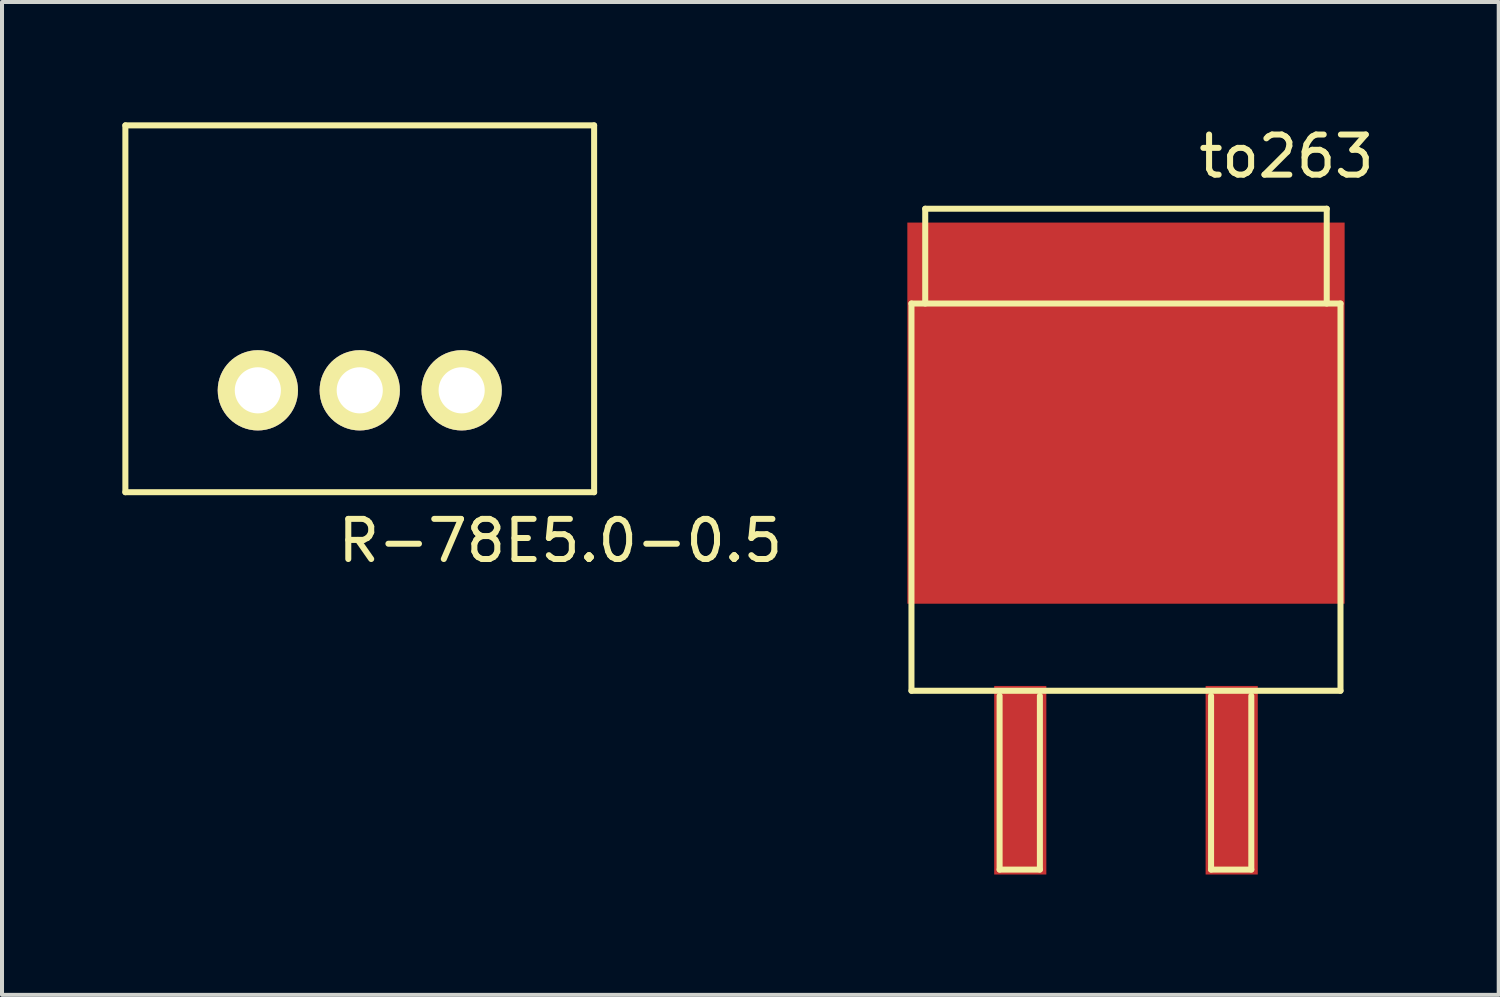
<source format=kicad_pcb>
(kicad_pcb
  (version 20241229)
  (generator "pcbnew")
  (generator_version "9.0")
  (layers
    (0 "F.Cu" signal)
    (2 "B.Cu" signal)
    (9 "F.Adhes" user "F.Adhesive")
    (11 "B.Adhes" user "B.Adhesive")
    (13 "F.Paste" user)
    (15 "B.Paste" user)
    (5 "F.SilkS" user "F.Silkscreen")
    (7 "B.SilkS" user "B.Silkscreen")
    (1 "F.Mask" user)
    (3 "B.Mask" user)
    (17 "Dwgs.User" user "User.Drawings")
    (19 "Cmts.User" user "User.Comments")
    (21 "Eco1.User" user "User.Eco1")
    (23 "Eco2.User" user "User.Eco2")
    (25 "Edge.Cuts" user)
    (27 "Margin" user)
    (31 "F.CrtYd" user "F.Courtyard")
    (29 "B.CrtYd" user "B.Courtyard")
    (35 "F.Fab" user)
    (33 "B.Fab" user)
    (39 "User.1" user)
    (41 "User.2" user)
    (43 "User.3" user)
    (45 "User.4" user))
  (footprint "R-78E5.0-0.5"
    (layer "F.Cu")
    (at 5.917 6.679)
    (property "Reference" "R-78E5.0-0.5" (at 5 3.75 0) (layer "F.SilkS") (effects (font (size 1 1) (thickness 0.15))))
    (attr through_hole)
    (fp_line (start -5.842 -6.604) (end -5.842 2.54) (stroke (width 0.15) (type solid)) (layer "F.SilkS"))
    (fp_line (start -5.842 2.54) (end 5.842 2.54) (stroke (width 0.15) (type solid)) (layer "F.SilkS"))
    (fp_line (start 5.842 -6.604) (end -5.842 -6.604) (stroke (width 0.15) (type solid)) (layer "F.SilkS"))
    (fp_line (start 5.842 2.54) (end 5.842 -6.604) (stroke (width 0.15) (type solid)) (layer "F.SilkS"))
    (pad "1" thru_hole circle (at -2.54 0) (size 2 2) (drill 1.15) (layers "*.Cu" "*.Mask" "F.SilkS"))
    (pad "2" thru_hole circle (at 0 0) (size 2 2) (drill 1.15) (layers "*.Cu" "*.Mask" "F.SilkS"))
    (pad "3" thru_hole circle (at 2.54 0) (size 2 2) (drill 1.15) (layers "*.Cu" "*.Mask" "F.SilkS")))
  (footprint "to263"
    (layer "F.Cu")
    (at 25.016 2.598)
    (property "Reference" "to263" (at 4 -1.75 180) (layer "F.SilkS") (effects (font (size 1 1) (thickness 0.15))))
    (attr smd)
    (fp_line (start -5.347 1.918) (end 5.347 1.918) (stroke (width 0.15) (type solid)) (layer "F.SilkS"))
    (fp_line (start -5.347 11.57) (end -5.347 1.918) (stroke (width 0.15) (type solid)) (layer "F.SilkS"))
    (fp_line (start -5.004 -0.445) (end 5.004 -0.445) (stroke (width 0.15) (type solid)) (layer "F.SilkS"))
    (fp_line (start -5.004 1.918) (end -5.004 -0.445) (stroke (width 0.15) (type solid)) (layer "F.SilkS"))
    (fp_line (start -3.15 11.697) (end -3.15 16.027) (stroke (width 0.15) (type solid)) (layer "F.SilkS"))
    (fp_line (start -3.15 16.027) (end -2.146 16.027) (stroke (width 0.15) (type solid)) (layer "F.SilkS"))
    (fp_line (start -2.146 16.027) (end -2.146 11.697) (stroke (width 0.15) (type solid)) (layer "F.SilkS"))
    (fp_line (start 2.121 11.697) (end 2.121 16.027) (stroke (width 0.15) (type solid)) (layer "F.SilkS"))
    (fp_line (start 2.121 16.027) (end 3.124 16.027) (stroke (width 0.15) (type solid)) (layer "F.SilkS"))
    (fp_line (start 3.124 16.027) (end 3.124 11.697) (stroke (width 0.15) (type solid)) (layer "F.SilkS"))
    (fp_line (start 5.004 -0.445) (end 5.004 1.918) (stroke (width 0.15) (type solid)) (layer "F.SilkS"))
    (fp_line (start 5.347 1.918) (end 5.347 11.57) (stroke (width 0.15) (type solid)) (layer "F.SilkS"))
    (fp_line (start 5.347 11.57) (end -5.347 11.57) (stroke (width 0.15) (type solid)) (layer "F.SilkS"))
    (pad "1" smd rect (at -2.635 13.8) (size 1.3 4.7) (layers "F.Cu" "F.Mask" "F.Paste"))
    (pad "2" smd rect (at 0 4.65) (size 10.9 9.5) (layers "F.Cu" "F.Mask" "F.Paste"))
    (pad "3" smd rect (at 2.635 13.8) (size 1.3 4.7) (layers "F.Cu" "F.Mask" "F.Paste")))
  (gr_rect
    (start -3 -3)
    (end 34.307 21.748)
    (stroke (width 0.1) (type default))
    (fill no)
    (layer "Edge.Cuts")))
</source>
